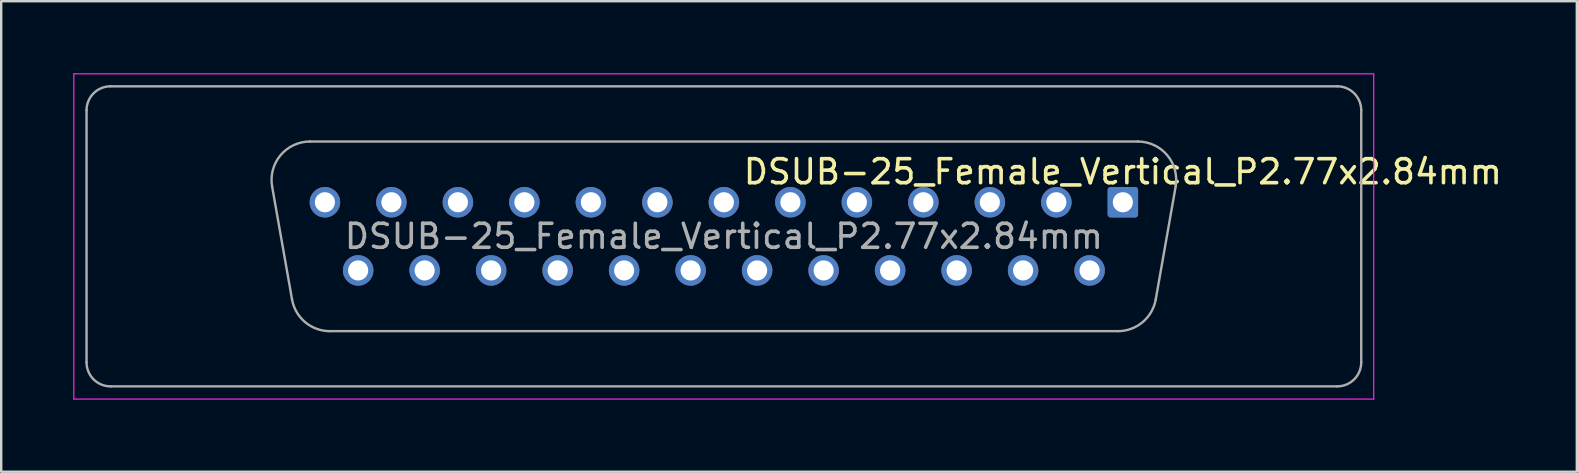
<source format=kicad_pcb>
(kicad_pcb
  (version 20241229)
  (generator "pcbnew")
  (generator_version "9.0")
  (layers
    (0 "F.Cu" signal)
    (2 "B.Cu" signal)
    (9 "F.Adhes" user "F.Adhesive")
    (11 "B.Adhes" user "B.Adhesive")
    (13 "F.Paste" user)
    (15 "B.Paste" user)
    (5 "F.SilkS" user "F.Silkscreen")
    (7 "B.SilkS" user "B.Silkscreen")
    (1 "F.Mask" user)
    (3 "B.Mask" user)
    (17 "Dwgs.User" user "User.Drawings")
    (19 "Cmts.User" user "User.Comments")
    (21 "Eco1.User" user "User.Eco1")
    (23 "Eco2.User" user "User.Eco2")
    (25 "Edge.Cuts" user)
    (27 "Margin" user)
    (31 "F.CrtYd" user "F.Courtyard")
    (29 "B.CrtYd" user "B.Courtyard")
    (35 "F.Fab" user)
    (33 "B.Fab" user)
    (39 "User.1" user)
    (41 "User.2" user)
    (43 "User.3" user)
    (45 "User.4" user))
  (footprint "DSUB-25_Female_Vertical_P2.77x2.84mm"
    (layer "F.Cu")
    (at 43.725 5.375)
    (property "Reference" "DSUB-25_Female_Vertical_P2.77x2.84mm" (at 0 -1.27 0) (layer "F.SilkS") (effects (font (size 1 1) (thickness 0.15))))
    (attr through_hole)
    (fp_line (start -43.7 -5.35) (end -43.7 8.2) (stroke (width 0.05) (type solid)) (layer "F.CrtYd"))
    (fp_line (start -43.7 8.2) (end 10.45 8.2) (stroke (width 0.05) (type solid)) (layer "F.CrtYd"))
    (fp_line (start 10.45 -5.35) (end -43.7 -5.35) (stroke (width 0.05) (type solid)) (layer "F.CrtYd"))
    (fp_line (start 10.45 8.2) (end 10.45 -5.35) (stroke (width 0.05) (type solid)) (layer "F.CrtYd"))
    (fp_line (start -43.17 6.67) (end -43.17 -3.83) (stroke (width 0.1) (type solid)) (layer "F.Fab"))
    (fp_line (start -42.17 -4.83) (end 8.93 -4.83) (stroke (width 0.1) (type solid)) (layer "F.Fab"))
    (fp_line (start -35.439 -0.652) (end -34.61 4.048) (stroke (width 0.1) (type solid)) (layer "F.Fab"))
    (fp_line (start -33.863 -2.53) (end 0.623 -2.53) (stroke (width 0.1) (type solid)) (layer "F.Fab"))
    (fp_line (start -33.034 5.37) (end -0.206 5.37) (stroke (width 0.1) (type solid)) (layer "F.Fab"))
    (fp_line (start 2.199 -0.652) (end 1.37 4.048) (stroke (width 0.1) (type solid)) (layer "F.Fab"))
    (fp_line (start 8.93 7.67) (end -42.17 7.67) (stroke (width 0.1) (type solid)) (layer "F.Fab"))
    (fp_line (start 9.93 -3.83) (end 9.93 6.67) (stroke (width 0.1) (type solid)) (layer "F.Fab"))
    (fp_arc (start -43.17 -3.83) (mid -42.877107 -4.537107) (end -42.17 -4.83) (stroke (width 0.1) (type solid)) (layer "F.Fab"))
    (fp_arc (start -42.17 7.67) (mid -42.877107 7.377107) (end -43.17 6.67) (stroke (width 0.1) (type solid)) (layer "F.Fab"))
    (fp_arc (start -35.438886 -0.652163) (mid -35.088865 -1.95846) (end -33.863194 -2.53) (stroke (width 0.1) (type solid)) (layer "F.Fab"))
    (fp_arc (start -33.034457 5.37) (mid -34.062917 4.995671) (end -34.610149 4.047837) (stroke (width 0.1) (type solid)) (layer "F.Fab"))
    (fp_arc (start 0.623194 -2.53) (mid 1.848865 -1.95846) (end 2.198886 -0.652163) (stroke (width 0.1) (type solid)) (layer "F.Fab"))
    (fp_arc (start 1.370149 4.047837) (mid 0.822917 4.995671) (end -0.205543 5.37) (stroke (width 0.1) (type solid)) (layer "F.Fab"))
    (fp_arc (start 8.93 -4.83) (mid 9.637107 -4.537107) (end 9.93 -3.83) (stroke (width 0.1) (type solid)) (layer "F.Fab"))
    (fp_arc (start 9.93 6.67) (mid 9.637107 7.377107) (end 8.93 7.67) (stroke (width 0.1) (type solid)) (layer "F.Fab"))
    (fp_text user "${REFERENCE}" (at -16.62 1.42 0) (layer "F.Fab") (effects (font (size 1 1) (thickness 0.15))))
    (pad "1" thru_hole roundrect (at 0 0) (size 1.27 1.27) (drill 0.838) (layers "*.Cu" "*.Mask") (roundrect_rratio 0.1))
    (pad "2" thru_hole circle (at -2.77 0) (size 1.27 1.27) (drill 0.838) (layers "*.Cu" "*.Mask"))
    (pad "3" thru_hole circle (at -5.54 0) (size 1.27 1.27) (drill 0.838) (layers "*.Cu" "*.Mask"))
    (pad "4" thru_hole circle (at -8.31 0) (size 1.27 1.27) (drill 0.838) (layers "*.Cu" "*.Mask"))
    (pad "5" thru_hole circle (at -11.08 0) (size 1.27 1.27) (drill 0.838) (layers "*.Cu" "*.Mask"))
    (pad "6" thru_hole circle (at -13.85 0) (size 1.27 1.27) (drill 0.838) (layers "*.Cu" "*.Mask"))
    (pad "7" thru_hole circle (at -16.62 0) (size 1.27 1.27) (drill 0.838) (layers "*.Cu" "*.Mask"))
    (pad "8" thru_hole circle (at -19.39 0) (size 1.27 1.27) (drill 0.838) (layers "*.Cu" "*.Mask"))
    (pad "9" thru_hole circle (at -22.16 0) (size 1.27 1.27) (drill 0.838) (layers "*.Cu" "*.Mask"))
    (pad "10" thru_hole circle (at -24.93 0) (size 1.27 1.27) (drill 0.838) (layers "*.Cu" "*.Mask"))
    (pad "11" thru_hole circle (at -27.7 0) (size 1.27 1.27) (drill 0.838) (layers "*.Cu" "*.Mask"))
    (pad "12" thru_hole circle (at -30.47 0) (size 1.27 1.27) (drill 0.838) (layers "*.Cu" "*.Mask"))
    (pad "13" thru_hole circle (at -33.24 0) (size 1.27 1.27) (drill 0.838) (layers "*.Cu" "*.Mask"))
    (pad "14" thru_hole circle (at -1.385 2.84) (size 1.27 1.27) (drill 0.838) (layers "*.Cu" "*.Mask"))
    (pad "15" thru_hole circle (at -4.155 2.84) (size 1.27 1.27) (drill 0.838) (layers "*.Cu" "*.Mask"))
    (pad "16" thru_hole circle (at -6.925 2.84) (size 1.27 1.27) (drill 0.838) (layers "*.Cu" "*.Mask"))
    (pad "17" thru_hole circle (at -9.695 2.84) (size 1.27 1.27) (drill 0.838) (layers "*.Cu" "*.Mask"))
    (pad "18" thru_hole circle (at -12.465 2.84) (size 1.27 1.27) (drill 0.838) (layers "*.Cu" "*.Mask"))
    (pad "19" thru_hole circle (at -15.235 2.84) (size 1.27 1.27) (drill 0.838) (layers "*.Cu" "*.Mask"))
    (pad "20" thru_hole circle (at -18.005 2.84) (size 1.27 1.27) (drill 0.838) (layers "*.Cu" "*.Mask"))
    (pad "21" thru_hole circle (at -20.775 2.84) (size 1.27 1.27) (drill 0.838) (layers "*.Cu" "*.Mask"))
    (pad "22" thru_hole circle (at -23.545 2.84) (size 1.27 1.27) (drill 0.838) (layers "*.Cu" "*.Mask"))
    (pad "23" thru_hole circle (at -26.315 2.84) (size 1.27 1.27) (drill 0.838) (layers "*.Cu" "*.Mask"))
    (pad "24" thru_hole circle (at -29.085 2.84) (size 1.27 1.27) (drill 0.838) (layers "*.Cu" "*.Mask"))
    (pad "25" thru_hole circle (at -31.855 2.84) (size 1.27 1.27) (drill 0.838) (layers "*.Cu" "*.Mask")))
  (gr_rect
    (start -3 -3)
    (end 62.636 16.6)
    (stroke (width 0.1) (type default))
    (fill no)
    (layer "Edge.Cuts")))
</source>
